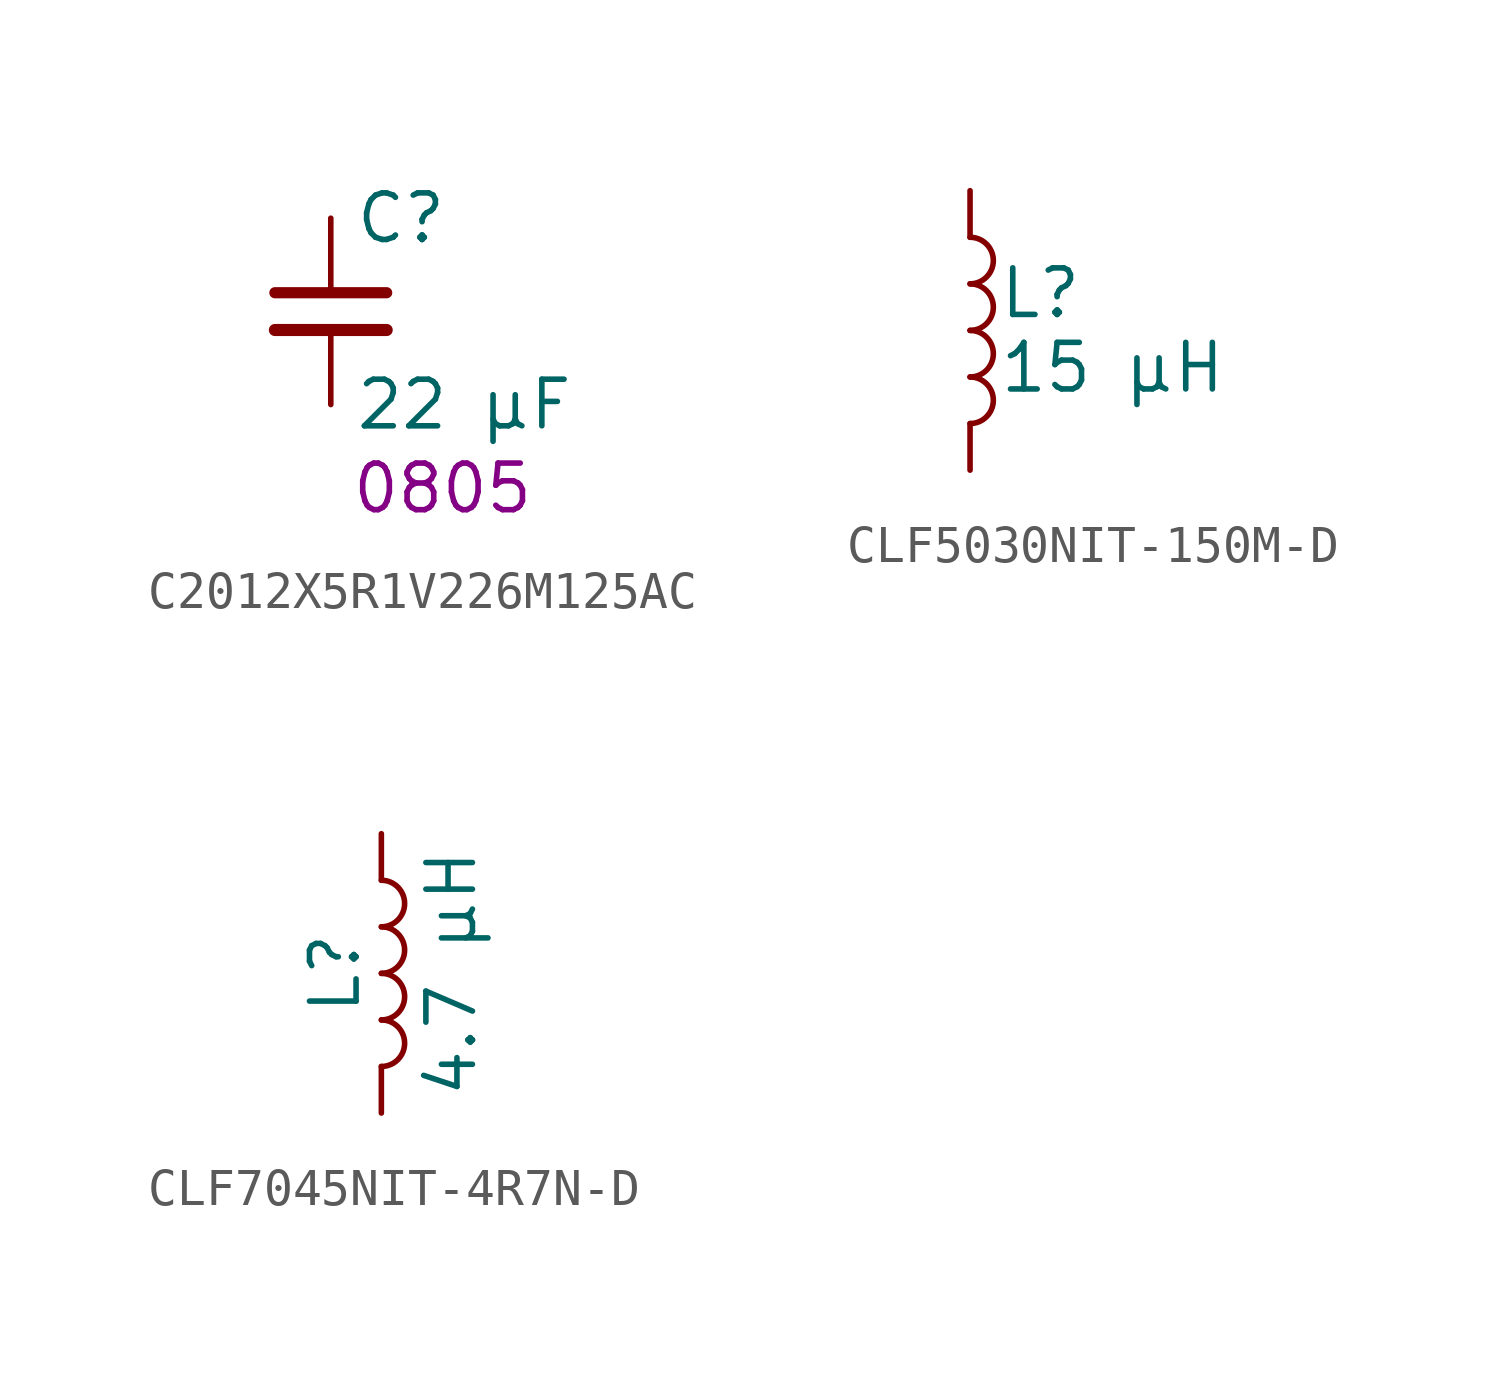
<source format=kicad_sym>
(kicad_symbol_lib
  (version 20241209)
  (generator "kicad_symbol_editor")
  (generator_version "9.0")
  (symbol "C2012X5R1V226M125AC"
    (pin_numbers
      (hide yes))
    (pin_names
      (offset 0.254))
    (property "Reference" "C"
      (at 0.635 2.54 0)
      (effects (font (size 1.27 1.27)) (justify left)))
    (property "Value" "22 µF"
      (at 0.635 -2.54 0)
      (effects (font (size 1.27 1.27)) (justify left)))
    (property "Case" "0805"
      (at 3.048 -4.826 0)
      (effects (font (size 1.27 1.27))))
    (symbol "C2012X5R1V226M125AC_0_1"
      (polyline (pts (xy -1.524 0.508) (xy 1.524 0.508)) (stroke (width 0.305) (type default)) (fill (type none)))
      (polyline (pts (xy -1.524 -0.508) (xy 1.524 -0.508)) (stroke (width 0.33) (type default)) (fill (type none))))
    (symbol "C2012X5R1V226M125AC_1_1"
      (pin passive line (at 0 2.54 270) (length 2.032) (name "~" (effects (font (size 1.27 1.27)))) (number "1" (effects (font (size 1.27 1.27)))))
      (pin passive line (at 0 -2.54 90) (length 2.032) (name "~" (effects (font (size 1.27 1.27)))) (number "2" (effects (font (size 1.27 1.27)))))))
  (symbol "CLF5030NIT-150M-D"
    (pin_numbers
      (hide yes))
    (pin_names
      (offset 0.254)
      (hide yes))
    (property "Reference" "L"
      (at 0.762 1.016 0)
      (effects (font (size 1.27 1.27)) (justify left)))
    (property "Value" "15 µH"
      (at 0.762 -1.016 0)
      (effects (font (size 1.27 1.27)) (justify left)))
    (symbol "CLF5030NIT-150M-D_0_1"
      (arc (start 0 2.54) (mid 0.6323 1.905) (end 0 1.27) (stroke (width 0) (type default)) (fill (type none)))
      (arc (start 0 1.27) (mid 0.6323 0.635) (end 0 0) (stroke (width 0) (type default)) (fill (type none)))
      (arc (start 0 0) (mid 0.6323 -0.635) (end 0 -1.27) (stroke (width 0) (type default)) (fill (type none)))
      (arc (start 0 -1.27) (mid 0.6323 -1.905) (end 0 -2.54) (stroke (width 0) (type default)) (fill (type none))))
    (symbol "CLF5030NIT-150M-D_1_1"
      (pin passive line (at 0 3.81 270) (length 1.27) (name "1" (effects (font (size 1.27 1.27)))) (number "1" (effects (font (size 1.27 1.27)))))
      (pin passive line (at 0 -3.81 90) (length 1.27) (name "2" (effects (font (size 1.27 1.27)))) (number "2" (effects (font (size 1.27 1.27)))))))
  (symbol "CLF7045NIT-4R7N-D"
    (pin_numbers
      (hide yes))
    (pin_names
      (offset 1.016)
      (hide yes))
    (property "Reference" "L"
      (at -1.27 0 90)
      (effects (font (size 1.27 1.27))))
    (property "Value" "4.7 µH"
      (at 1.905 0 90)
      (effects (font (size 1.27 1.27))))
    (symbol "CLF7045NIT-4R7N-D_0_1"
      (arc (start 0 2.54) (mid 0.6323 1.905) (end 0 1.27) (stroke (width 0) (type default)) (fill (type none)))
      (arc (start 0 1.27) (mid 0.6323 0.635) (end 0 0) (stroke (width 0) (type default)) (fill (type none)))
      (arc (start 0 0) (mid 0.6323 -0.635) (end 0 -1.27) (stroke (width 0) (type default)) (fill (type none)))
      (arc (start 0 -1.27) (mid 0.6323 -1.905) (end 0 -2.54) (stroke (width 0) (type default)) (fill (type none))))
    (symbol "CLF7045NIT-4R7N-D_1_1"
      (pin passive line (at 0 3.81 270) (length 1.27) (name "1" (effects (font (size 1.27 1.27)))) (number "1" (effects (font (size 1.27 1.27)))))
      (pin passive line (at 0 -3.81 90) (length 1.27) (name "2" (effects (font (size 1.27 1.27)))) (number "2" (effects (font (size 1.27 1.27))))))))
</source>
